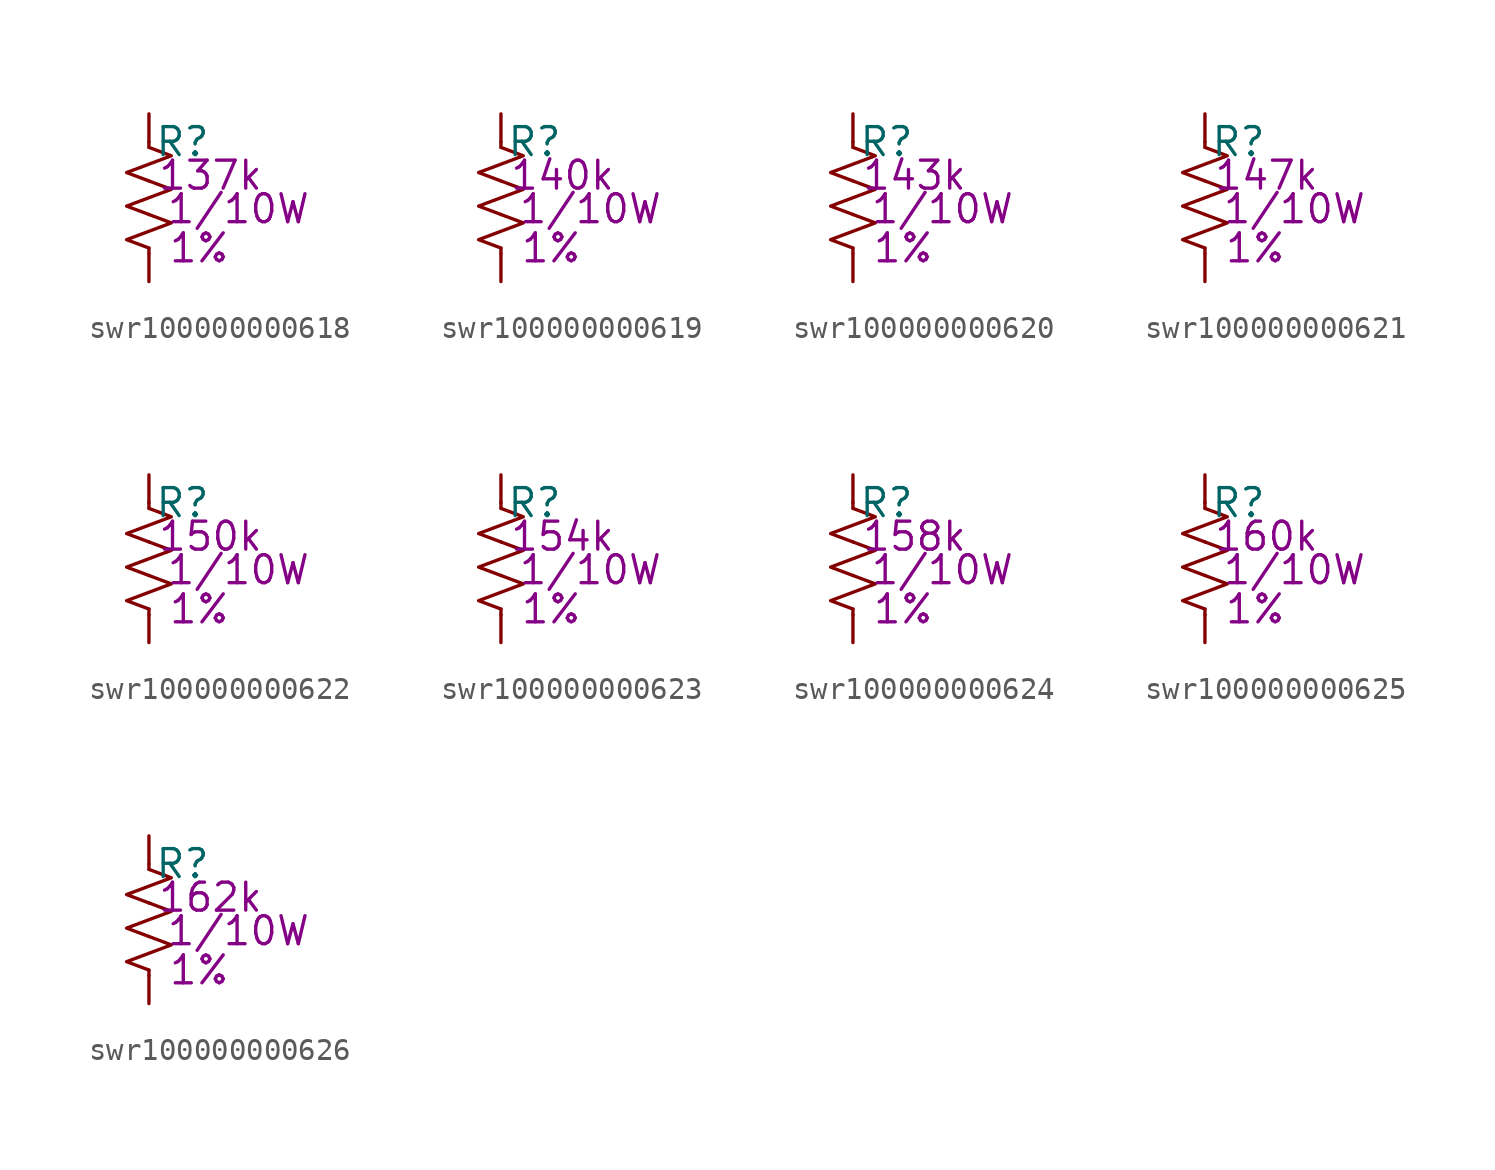
<source format=kicad_sym>
(kicad_symbol_lib
  (version 20211014)
  (generator kicad_symbol_editor)
  (symbol "swr100000000618"
    (pin_numbers hide)
    (pin_names
      (offset 1.016))
    (property "Reference" "R"
      (at 1.524 2.54 0)
      (effects (font (size 1.27 1.27))))
    (property "Tolerance" "1%"
      (at 2.286 -2.286 0)
      (effects (font (size 1.27 1.27))))
    (property "Wattage" "1/10W"
      (at 4.064 -0.508 0)
      (effects (font (size 1.27 1.27))))
    (property "PartValue" "137k"
      (at 2.794 1.016 0)
      (effects (font (size 1.27 1.27))))
    (symbol "swr100000000618_1_1"
      (polyline (pts (xy 0 -2.286) (xy 0 -2.54)) (stroke (width 0) (type default) (color 0 0 0 0)) (fill (type none)))
      (polyline (pts (xy 0 2.286) (xy 0 2.54)) (stroke (width 0) (type default) (color 0 0 0 0)) (fill (type none)))
      (polyline (pts (xy 0 -0.762) (xy 1.016 -1.143) (xy 0 -1.524) (xy -1.016 -1.905) (xy 0 -2.286)) (stroke (width 0) (type default) (color 0 0 0 0)) (fill (type none)))
      (polyline (pts (xy 0 0.762) (xy 1.016 0.381) (xy 0 0) (xy -1.016 -0.381) (xy 0 -0.762)) (stroke (width 0) (type default) (color 0 0 0 0)) (fill (type none)))
      (polyline (pts (xy 0 2.286) (xy 1.016 1.905) (xy 0 1.524) (xy -1.016 1.143) (xy 0 0.762)) (stroke (width 0) (type default) (color 0 0 0 0)) (fill (type none)))
      (pin passive line (at 0 3.81 270) (length 1.27) (name "~" (effects (font (size 1.27 1.27)))) (number "1" (effects (font (size 1.27 1.27)))))
      (pin passive line (at 0 -3.81 90) (length 1.27) (name "~" (effects (font (size 1.27 1.27)))) (number "2" (effects (font (size 1.27 1.27)))))))
  (symbol "swr100000000619"
    (pin_numbers hide)
    (pin_names
      (offset 1.016))
    (property "Reference" "R"
      (at 1.524 2.54 0)
      (effects (font (size 1.27 1.27))))
    (property "Tolerance" "1%"
      (at 2.286 -2.286 0)
      (effects (font (size 1.27 1.27))))
    (property "Wattage" "1/10W"
      (at 4.064 -0.508 0)
      (effects (font (size 1.27 1.27))))
    (property "PartValue" "140k"
      (at 2.794 1.016 0)
      (effects (font (size 1.27 1.27))))
    (symbol "swr100000000619_1_1"
      (polyline (pts (xy 0 -2.286) (xy 0 -2.54)) (stroke (width 0) (type default) (color 0 0 0 0)) (fill (type none)))
      (polyline (pts (xy 0 2.286) (xy 0 2.54)) (stroke (width 0) (type default) (color 0 0 0 0)) (fill (type none)))
      (polyline (pts (xy 0 -0.762) (xy 1.016 -1.143) (xy 0 -1.524) (xy -1.016 -1.905) (xy 0 -2.286)) (stroke (width 0) (type default) (color 0 0 0 0)) (fill (type none)))
      (polyline (pts (xy 0 0.762) (xy 1.016 0.381) (xy 0 0) (xy -1.016 -0.381) (xy 0 -0.762)) (stroke (width 0) (type default) (color 0 0 0 0)) (fill (type none)))
      (polyline (pts (xy 0 2.286) (xy 1.016 1.905) (xy 0 1.524) (xy -1.016 1.143) (xy 0 0.762)) (stroke (width 0) (type default) (color 0 0 0 0)) (fill (type none)))
      (pin passive line (at 0 3.81 270) (length 1.27) (name "~" (effects (font (size 1.27 1.27)))) (number "1" (effects (font (size 1.27 1.27)))))
      (pin passive line (at 0 -3.81 90) (length 1.27) (name "~" (effects (font (size 1.27 1.27)))) (number "2" (effects (font (size 1.27 1.27)))))))
  (symbol "swr100000000620"
    (pin_numbers hide)
    (pin_names
      (offset 1.016))
    (property "Reference" "R"
      (at 1.524 2.54 0)
      (effects (font (size 1.27 1.27))))
    (property "Tolerance" "1%"
      (at 2.286 -2.286 0)
      (effects (font (size 1.27 1.27))))
    (property "Wattage" "1/10W"
      (at 4.064 -0.508 0)
      (effects (font (size 1.27 1.27))))
    (property "PartValue" "143k"
      (at 2.794 1.016 0)
      (effects (font (size 1.27 1.27))))
    (symbol "swr100000000620_1_1"
      (polyline (pts (xy 0 -2.286) (xy 0 -2.54)) (stroke (width 0) (type default) (color 0 0 0 0)) (fill (type none)))
      (polyline (pts (xy 0 2.286) (xy 0 2.54)) (stroke (width 0) (type default) (color 0 0 0 0)) (fill (type none)))
      (polyline (pts (xy 0 -0.762) (xy 1.016 -1.143) (xy 0 -1.524) (xy -1.016 -1.905) (xy 0 -2.286)) (stroke (width 0) (type default) (color 0 0 0 0)) (fill (type none)))
      (polyline (pts (xy 0 0.762) (xy 1.016 0.381) (xy 0 0) (xy -1.016 -0.381) (xy 0 -0.762)) (stroke (width 0) (type default) (color 0 0 0 0)) (fill (type none)))
      (polyline (pts (xy 0 2.286) (xy 1.016 1.905) (xy 0 1.524) (xy -1.016 1.143) (xy 0 0.762)) (stroke (width 0) (type default) (color 0 0 0 0)) (fill (type none)))
      (pin passive line (at 0 3.81 270) (length 1.27) (name "~" (effects (font (size 1.27 1.27)))) (number "1" (effects (font (size 1.27 1.27)))))
      (pin passive line (at 0 -3.81 90) (length 1.27) (name "~" (effects (font (size 1.27 1.27)))) (number "2" (effects (font (size 1.27 1.27)))))))
  (symbol "swr100000000621"
    (pin_numbers hide)
    (pin_names
      (offset 1.016))
    (property "Reference" "R"
      (at 1.524 2.54 0)
      (effects (font (size 1.27 1.27))))
    (property "Tolerance" "1%"
      (at 2.286 -2.286 0)
      (effects (font (size 1.27 1.27))))
    (property "Wattage" "1/10W"
      (at 4.064 -0.508 0)
      (effects (font (size 1.27 1.27))))
    (property "PartValue" "147k"
      (at 2.794 1.016 0)
      (effects (font (size 1.27 1.27))))
    (symbol "swr100000000621_1_1"
      (polyline (pts (xy 0 -2.286) (xy 0 -2.54)) (stroke (width 0) (type default) (color 0 0 0 0)) (fill (type none)))
      (polyline (pts (xy 0 2.286) (xy 0 2.54)) (stroke (width 0) (type default) (color 0 0 0 0)) (fill (type none)))
      (polyline (pts (xy 0 -0.762) (xy 1.016 -1.143) (xy 0 -1.524) (xy -1.016 -1.905) (xy 0 -2.286)) (stroke (width 0) (type default) (color 0 0 0 0)) (fill (type none)))
      (polyline (pts (xy 0 0.762) (xy 1.016 0.381) (xy 0 0) (xy -1.016 -0.381) (xy 0 -0.762)) (stroke (width 0) (type default) (color 0 0 0 0)) (fill (type none)))
      (polyline (pts (xy 0 2.286) (xy 1.016 1.905) (xy 0 1.524) (xy -1.016 1.143) (xy 0 0.762)) (stroke (width 0) (type default) (color 0 0 0 0)) (fill (type none)))
      (pin passive line (at 0 3.81 270) (length 1.27) (name "~" (effects (font (size 1.27 1.27)))) (number "1" (effects (font (size 1.27 1.27)))))
      (pin passive line (at 0 -3.81 90) (length 1.27) (name "~" (effects (font (size 1.27 1.27)))) (number "2" (effects (font (size 1.27 1.27)))))))
  (symbol "swr100000000622"
    (pin_numbers hide)
    (pin_names
      (offset 1.016))
    (property "Reference" "R"
      (at 1.524 2.54 0)
      (effects (font (size 1.27 1.27))))
    (property "Tolerance" "1%"
      (at 2.286 -2.286 0)
      (effects (font (size 1.27 1.27))))
    (property "Wattage" "1/10W"
      (at 4.064 -0.508 0)
      (effects (font (size 1.27 1.27))))
    (property "PartValue" "150k"
      (at 2.794 1.016 0)
      (effects (font (size 1.27 1.27))))
    (symbol "swr100000000622_1_1"
      (polyline (pts (xy 0 -2.286) (xy 0 -2.54)) (stroke (width 0) (type default) (color 0 0 0 0)) (fill (type none)))
      (polyline (pts (xy 0 2.286) (xy 0 2.54)) (stroke (width 0) (type default) (color 0 0 0 0)) (fill (type none)))
      (polyline (pts (xy 0 -0.762) (xy 1.016 -1.143) (xy 0 -1.524) (xy -1.016 -1.905) (xy 0 -2.286)) (stroke (width 0) (type default) (color 0 0 0 0)) (fill (type none)))
      (polyline (pts (xy 0 0.762) (xy 1.016 0.381) (xy 0 0) (xy -1.016 -0.381) (xy 0 -0.762)) (stroke (width 0) (type default) (color 0 0 0 0)) (fill (type none)))
      (polyline (pts (xy 0 2.286) (xy 1.016 1.905) (xy 0 1.524) (xy -1.016 1.143) (xy 0 0.762)) (stroke (width 0) (type default) (color 0 0 0 0)) (fill (type none)))
      (pin passive line (at 0 3.81 270) (length 1.27) (name "~" (effects (font (size 1.27 1.27)))) (number "1" (effects (font (size 1.27 1.27)))))
      (pin passive line (at 0 -3.81 90) (length 1.27) (name "~" (effects (font (size 1.27 1.27)))) (number "2" (effects (font (size 1.27 1.27)))))))
  (symbol "swr100000000623"
    (pin_numbers hide)
    (pin_names
      (offset 1.016))
    (property "Reference" "R"
      (at 1.524 2.54 0)
      (effects (font (size 1.27 1.27))))
    (property "Tolerance" "1%"
      (at 2.286 -2.286 0)
      (effects (font (size 1.27 1.27))))
    (property "Wattage" "1/10W"
      (at 4.064 -0.508 0)
      (effects (font (size 1.27 1.27))))
    (property "PartValue" "154k"
      (at 2.794 1.016 0)
      (effects (font (size 1.27 1.27))))
    (symbol "swr100000000623_1_1"
      (polyline (pts (xy 0 -2.286) (xy 0 -2.54)) (stroke (width 0) (type default) (color 0 0 0 0)) (fill (type none)))
      (polyline (pts (xy 0 2.286) (xy 0 2.54)) (stroke (width 0) (type default) (color 0 0 0 0)) (fill (type none)))
      (polyline (pts (xy 0 -0.762) (xy 1.016 -1.143) (xy 0 -1.524) (xy -1.016 -1.905) (xy 0 -2.286)) (stroke (width 0) (type default) (color 0 0 0 0)) (fill (type none)))
      (polyline (pts (xy 0 0.762) (xy 1.016 0.381) (xy 0 0) (xy -1.016 -0.381) (xy 0 -0.762)) (stroke (width 0) (type default) (color 0 0 0 0)) (fill (type none)))
      (polyline (pts (xy 0 2.286) (xy 1.016 1.905) (xy 0 1.524) (xy -1.016 1.143) (xy 0 0.762)) (stroke (width 0) (type default) (color 0 0 0 0)) (fill (type none)))
      (pin passive line (at 0 3.81 270) (length 1.27) (name "~" (effects (font (size 1.27 1.27)))) (number "1" (effects (font (size 1.27 1.27)))))
      (pin passive line (at 0 -3.81 90) (length 1.27) (name "~" (effects (font (size 1.27 1.27)))) (number "2" (effects (font (size 1.27 1.27)))))))
  (symbol "swr100000000624"
    (pin_numbers hide)
    (pin_names
      (offset 1.016))
    (property "Reference" "R"
      (at 1.524 2.54 0)
      (effects (font (size 1.27 1.27))))
    (property "Tolerance" "1%"
      (at 2.286 -2.286 0)
      (effects (font (size 1.27 1.27))))
    (property "Wattage" "1/10W"
      (at 4.064 -0.508 0)
      (effects (font (size 1.27 1.27))))
    (property "PartValue" "158k"
      (at 2.794 1.016 0)
      (effects (font (size 1.27 1.27))))
    (symbol "swr100000000624_1_1"
      (polyline (pts (xy 0 -2.286) (xy 0 -2.54)) (stroke (width 0) (type default) (color 0 0 0 0)) (fill (type none)))
      (polyline (pts (xy 0 2.286) (xy 0 2.54)) (stroke (width 0) (type default) (color 0 0 0 0)) (fill (type none)))
      (polyline (pts (xy 0 -0.762) (xy 1.016 -1.143) (xy 0 -1.524) (xy -1.016 -1.905) (xy 0 -2.286)) (stroke (width 0) (type default) (color 0 0 0 0)) (fill (type none)))
      (polyline (pts (xy 0 0.762) (xy 1.016 0.381) (xy 0 0) (xy -1.016 -0.381) (xy 0 -0.762)) (stroke (width 0) (type default) (color 0 0 0 0)) (fill (type none)))
      (polyline (pts (xy 0 2.286) (xy 1.016 1.905) (xy 0 1.524) (xy -1.016 1.143) (xy 0 0.762)) (stroke (width 0) (type default) (color 0 0 0 0)) (fill (type none)))
      (pin passive line (at 0 3.81 270) (length 1.27) (name "~" (effects (font (size 1.27 1.27)))) (number "1" (effects (font (size 1.27 1.27)))))
      (pin passive line (at 0 -3.81 90) (length 1.27) (name "~" (effects (font (size 1.27 1.27)))) (number "2" (effects (font (size 1.27 1.27)))))))
  (symbol "swr100000000625"
    (pin_numbers hide)
    (pin_names
      (offset 1.016))
    (property "Reference" "R"
      (at 1.524 2.54 0)
      (effects (font (size 1.27 1.27))))
    (property "Tolerance" "1%"
      (at 2.286 -2.286 0)
      (effects (font (size 1.27 1.27))))
    (property "Wattage" "1/10W"
      (at 4.064 -0.508 0)
      (effects (font (size 1.27 1.27))))
    (property "PartValue" "160k"
      (at 2.794 1.016 0)
      (effects (font (size 1.27 1.27))))
    (symbol "swr100000000625_1_1"
      (polyline (pts (xy 0 -2.286) (xy 0 -2.54)) (stroke (width 0) (type default) (color 0 0 0 0)) (fill (type none)))
      (polyline (pts (xy 0 2.286) (xy 0 2.54)) (stroke (width 0) (type default) (color 0 0 0 0)) (fill (type none)))
      (polyline (pts (xy 0 -0.762) (xy 1.016 -1.143) (xy 0 -1.524) (xy -1.016 -1.905) (xy 0 -2.286)) (stroke (width 0) (type default) (color 0 0 0 0)) (fill (type none)))
      (polyline (pts (xy 0 0.762) (xy 1.016 0.381) (xy 0 0) (xy -1.016 -0.381) (xy 0 -0.762)) (stroke (width 0) (type default) (color 0 0 0 0)) (fill (type none)))
      (polyline (pts (xy 0 2.286) (xy 1.016 1.905) (xy 0 1.524) (xy -1.016 1.143) (xy 0 0.762)) (stroke (width 0) (type default) (color 0 0 0 0)) (fill (type none)))
      (pin passive line (at 0 3.81 270) (length 1.27) (name "~" (effects (font (size 1.27 1.27)))) (number "1" (effects (font (size 1.27 1.27)))))
      (pin passive line (at 0 -3.81 90) (length 1.27) (name "~" (effects (font (size 1.27 1.27)))) (number "2" (effects (font (size 1.27 1.27)))))))
  (symbol "swr100000000626"
    (pin_numbers hide)
    (pin_names
      (offset 1.016))
    (property "Reference" "R"
      (at 1.524 2.54 0)
      (effects (font (size 1.27 1.27))))
    (property "Tolerance" "1%"
      (at 2.286 -2.286 0)
      (effects (font (size 1.27 1.27))))
    (property "Wattage" "1/10W"
      (at 4.064 -0.508 0)
      (effects (font (size 1.27 1.27))))
    (property "PartValue" "162k"
      (at 2.794 1.016 0)
      (effects (font (size 1.27 1.27))))
    (symbol "swr100000000626_1_1"
      (polyline (pts (xy 0 -2.286) (xy 0 -2.54)) (stroke (width 0) (type default) (color 0 0 0 0)) (fill (type none)))
      (polyline (pts (xy 0 2.286) (xy 0 2.54)) (stroke (width 0) (type default) (color 0 0 0 0)) (fill (type none)))
      (polyline (pts (xy 0 -0.762) (xy 1.016 -1.143) (xy 0 -1.524) (xy -1.016 -1.905) (xy 0 -2.286)) (stroke (width 0) (type default) (color 0 0 0 0)) (fill (type none)))
      (polyline (pts (xy 0 0.762) (xy 1.016 0.381) (xy 0 0) (xy -1.016 -0.381) (xy 0 -0.762)) (stroke (width 0) (type default) (color 0 0 0 0)) (fill (type none)))
      (polyline (pts (xy 0 2.286) (xy 1.016 1.905) (xy 0 1.524) (xy -1.016 1.143) (xy 0 0.762)) (stroke (width 0) (type default) (color 0 0 0 0)) (fill (type none)))
      (pin passive line (at 0 3.81 270) (length 1.27) (name "~" (effects (font (size 1.27 1.27)))) (number "1" (effects (font (size 1.27 1.27)))))
      (pin passive line (at 0 -3.81 90) (length 1.27) (name "~" (effects (font (size 1.27 1.27)))) (number "2" (effects (font (size 1.27 1.27))))))))
</source>
